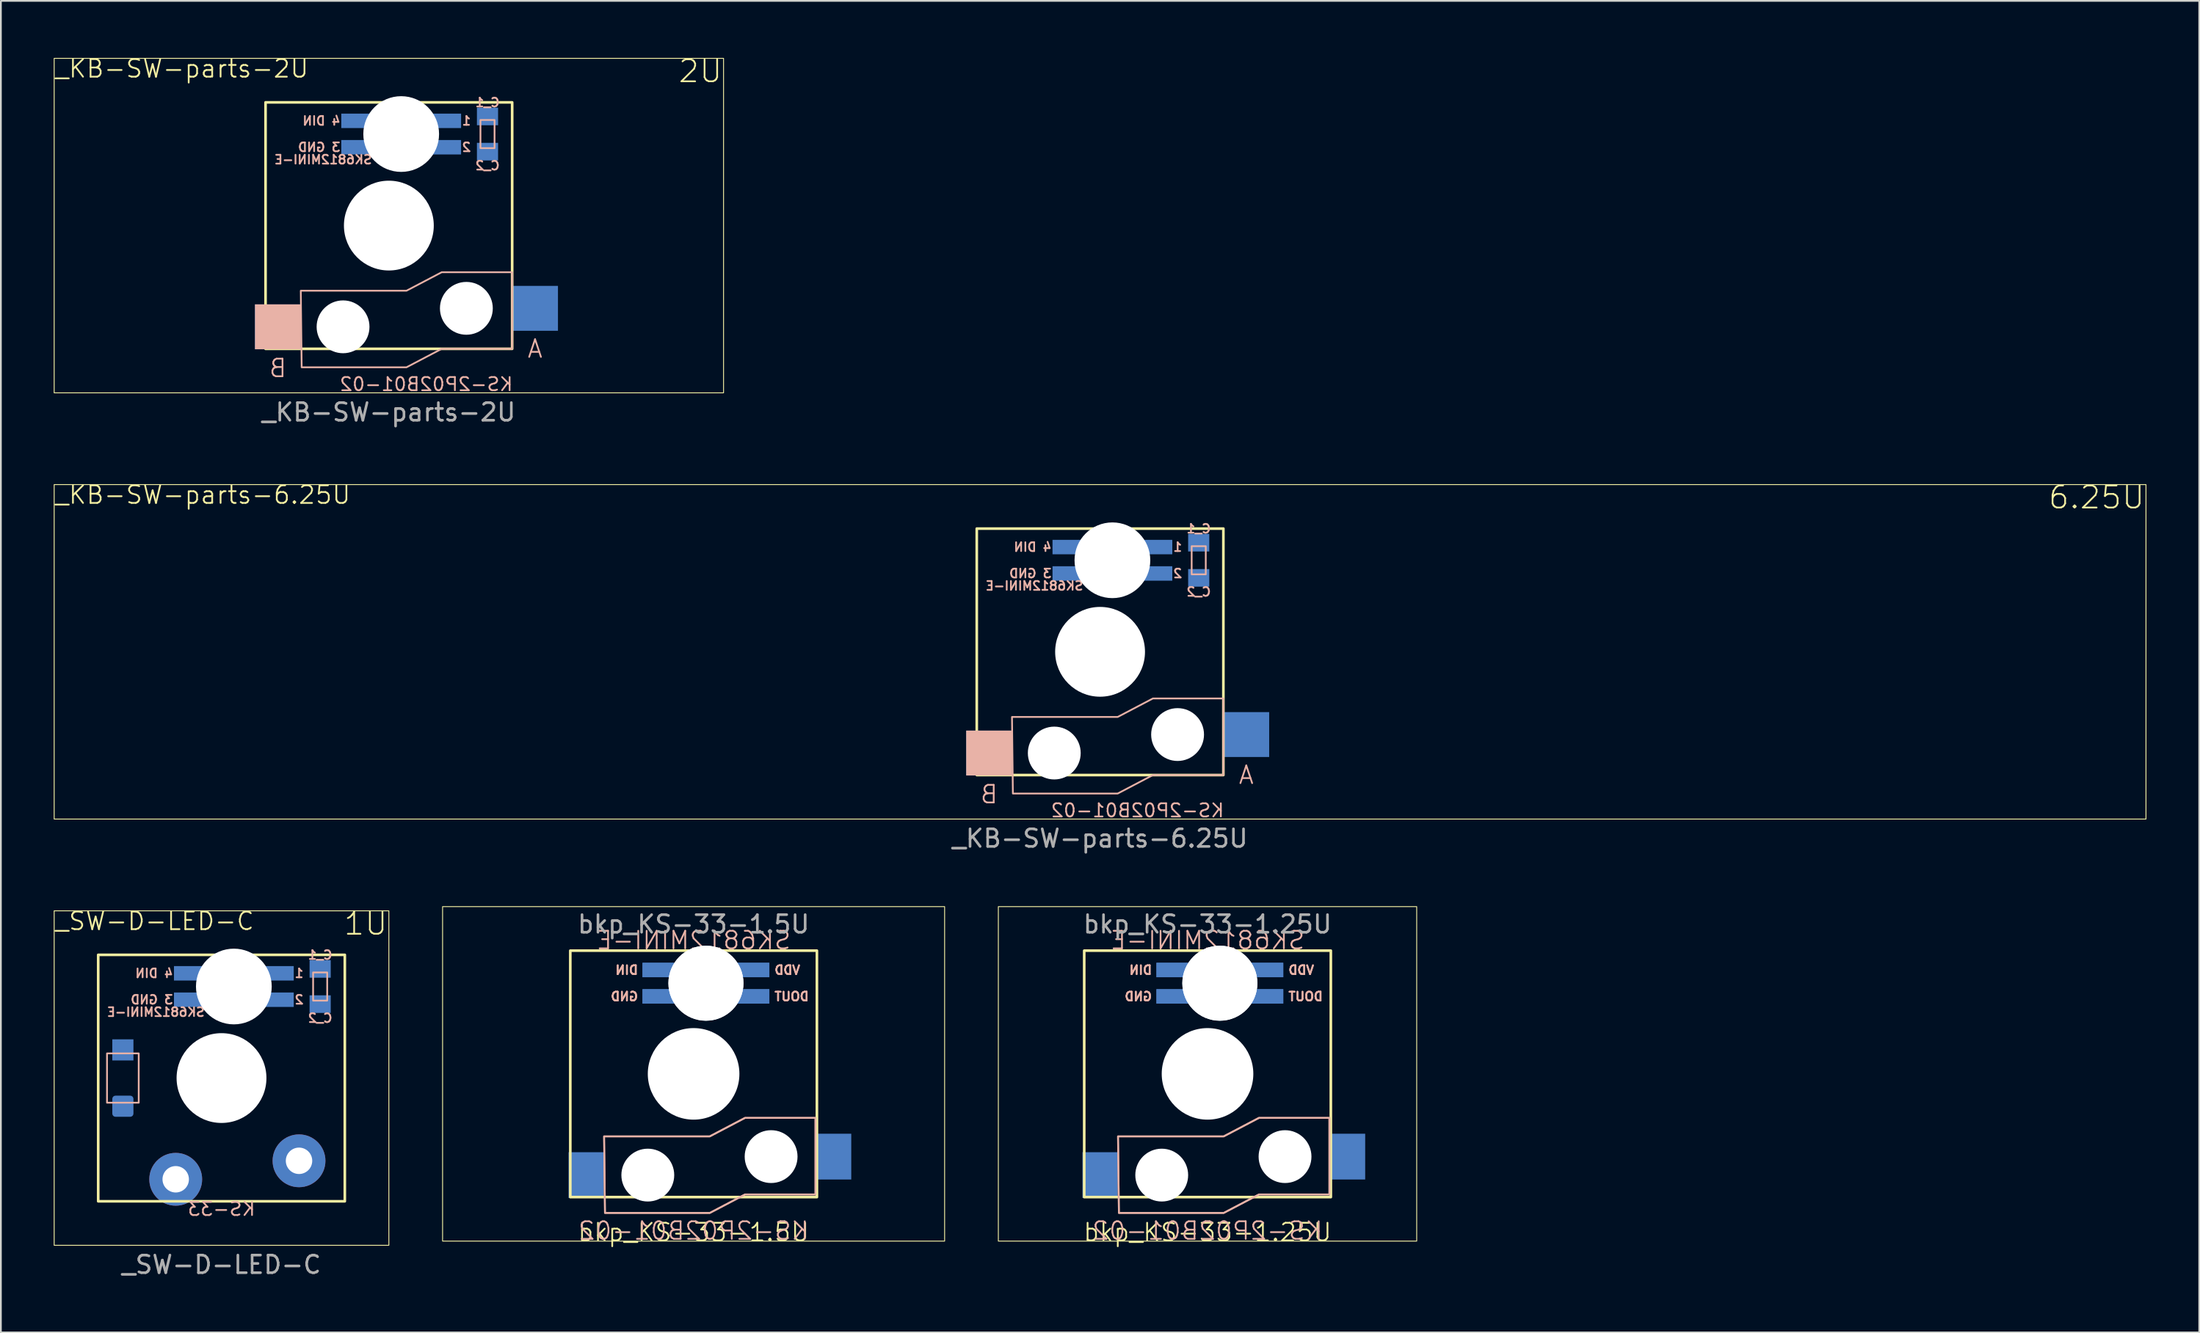
<source format=kicad_pcb>
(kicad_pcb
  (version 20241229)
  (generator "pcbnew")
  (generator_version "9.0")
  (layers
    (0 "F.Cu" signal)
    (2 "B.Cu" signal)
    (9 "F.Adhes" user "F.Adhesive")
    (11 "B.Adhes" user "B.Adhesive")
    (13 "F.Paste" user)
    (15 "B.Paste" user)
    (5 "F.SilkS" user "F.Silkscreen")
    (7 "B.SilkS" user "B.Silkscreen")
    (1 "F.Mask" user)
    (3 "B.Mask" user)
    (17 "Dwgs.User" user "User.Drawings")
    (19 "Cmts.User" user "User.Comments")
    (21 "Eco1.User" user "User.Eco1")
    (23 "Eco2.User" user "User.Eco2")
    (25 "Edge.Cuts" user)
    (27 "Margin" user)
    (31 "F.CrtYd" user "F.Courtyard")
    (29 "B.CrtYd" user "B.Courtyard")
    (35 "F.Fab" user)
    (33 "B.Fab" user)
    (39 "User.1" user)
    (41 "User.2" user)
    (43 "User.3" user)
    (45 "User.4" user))
  (footprint "bkp_KS-33-1.25U"
    (layer "F.Cu")
    (at 65.5 57.949)
    (property "Reference" "bkp_KS-33-1.25U" (at 0 9 0) (unlocked yes) (layer "F.SilkS") (effects (font (size 1 1) (thickness 0.1))))
    (attr through_hole)
    (fp_rect (start -11.875 -9.5) (end 11.875 9.5) (stroke (width 0.05) (type solid)) (fill no) (layer "F.SilkS"))
    (fp_rect (start -7 -7) (end 7 7) (stroke (width 0.15) (type solid)) (fill no) (layer "F.SilkS"))
    (fp_poly (pts (xy -5.081 3.55) (xy -5.031 7.9) (xy 0.919 7.9) (xy 2.919 6.85) (xy 6.919 6.85) (xy 6.919 2.5) (xy 2.919 2.5) (xy 0.919 3.55)) (stroke (width 0.1) (type solid)) (fill no) (layer "B.SilkS"))
    (fp_poly (pts (xy -5.081 3.55) (xy -5.031 7.9) (xy 0.919 7.9) (xy 2.919 6.85) (xy 6.919 6.85) (xy 6.919 2.5) (xy 2.919 2.5) (xy 0.919 3.55)) (stroke (width 0.1) (type solid)) (fill no) (layer "B.SilkS"))
    (fp_text user "DIN" (at -3.1 -5.6 0) (unlocked yes) (layer "B.SilkS") (effects (font (size 0.5 0.5) (thickness 0.1)) (justify left bottom mirror)))
    (fp_text user "DIN" (at -3.1 -5.6 0) (unlocked yes) (layer "B.SilkS") (effects (font (size 0.5 0.5) (thickness 0.1)) (justify left bottom mirror)))
    (fp_text user "KS-2P02B01-02" (at 0 9.5 0) (unlocked yes) (layer "B.SilkS") (effects (font (size 1 1) (thickness 0.1)) (justify bottom mirror)))
    (fp_text user "VDD" (at 6.1 -5.6 0) (unlocked yes) (layer "B.SilkS") (effects (font (size 0.5 0.5) (thickness 0.1)) (justify left bottom mirror)))
    (fp_text user "DOUT" (at 6.6 -4.1 0) (unlocked yes) (layer "B.SilkS") (effects (font (size 0.5 0.5) (thickness 0.1)) (justify left bottom mirror)))
    (fp_text user "DOUT" (at 6.6 -4.1 0) (unlocked yes) (layer "B.SilkS") (effects (font (size 0.5 0.5) (thickness 0.1)) (justify left bottom mirror)))
    (fp_text user "GND" (at -3.1 -4.1 0) (unlocked yes) (layer "B.SilkS") (effects (font (size 0.5 0.5) (thickness 0.1)) (justify left bottom mirror)))
    (fp_text user "VDD" (at 6.1 -5.6 0) (unlocked yes) (layer "B.SilkS") (effects (font (size 0.5 0.5) (thickness 0.1)) (justify left bottom mirror)))
    (fp_text user "SK6812MINI-E" (at 0 -7 0) (unlocked yes) (layer "B.SilkS") (effects (font (size 1 1) (thickness 0.1)) (justify bottom mirror)))
    (fp_text user "GND" (at -3.1 -4.1 0) (unlocked yes) (layer "B.SilkS") (effects (font (size 0.5 0.5) (thickness 0.1)) (justify left bottom mirror)))
    (fp_text user "${REFERENCE}" (at 0 -8.5 0) (unlocked yes) (layer "F.Fab") (effects (font (size 1 1) (thickness 0.15))))
    (pad "" np_thru_hole circle (at -2.6 5.75) (size 3 3) (drill 3) (layers "*.Cu" "*.Mask"))
    (pad "" np_thru_hole circle (at 0 0) (size 5.2 5.2) (drill 5.25) (layers "*.Cu" "*.Mask"))
    (pad "" np_thru_hole circle (at 0.7 -5.15) (size 4.26 4.26) (drill 4.26) (layers "*.Cu" "*.Mask"))
    (pad "" np_thru_hole circle (at 0.7 -5.15) (size 4.26 4.26) (drill 4.26) (layers "*.Cu" "*.Mask"))
    (pad "" np_thru_hole circle (at 4.4 4.7) (size 3 3) (drill 3) (layers "*.Cu" "*.Mask"))
    (pad "1" smd rect (at 3.4 -5.9) (size 1.8 0.82) (layers "B.Cu" "B.Mask" "B.Paste"))
    (pad "1" smd rect (at 3.4 -5.9) (size 1.8 0.82) (layers "B.Cu" "B.Mask" "B.Paste"))
    (pad "2" smd rect (at 3.4 -4.4) (size 1.8 0.82) (layers "B.Cu" "B.Mask" "B.Paste"))
    (pad "2" smd rect (at 3.4 -4.4) (size 1.8 0.82) (layers "B.Cu" "B.Mask" "B.Paste"))
    (pad "3" smd rect (at -2 -4.4) (size 1.8 0.82) (layers "B.Cu" "B.Mask" "B.Paste"))
    (pad "3" smd rect (at -2 -4.4) (size 1.8 0.82) (layers "B.Cu" "B.Mask" "B.Paste"))
    (pad "4" smd rect (at -2 -5.9) (size 1.8 0.82) (layers "B.Cu" "B.Mask" "B.Paste"))
    (pad "4" smd rect (at -2 -5.9) (size 1.8 0.82) (layers "B.Cu" "B.Mask" "B.Paste"))
    (pad "A" smd rect (at 7.95 4.7) (size 2 2.6) (layers "B.Cu" "B.Mask" "B.Paste"))
    (pad "B" smd rect (at -6.1 5.75) (size 2 2.6) (layers "B.Cu" "B.Mask" "B.Paste")))
  (footprint "_KB-SW-parts-2U"
    (layer "F.Cu")
    (at 19.025 9.764)
    (property "Reference" "_KB-SW-parts-2U" (at -19 -9.5 0) (unlocked yes) (layer "F.SilkS") (effects (font (size 1 1) (thickness 0.1)) (justify left top)))
    (attr smd)
    (fp_rect (start -19 -9.5) (end 19 9.5) (stroke (width 0.05) (type solid)) (fill no) (layer "F.SilkS"))
    (fp_rect (start -7 -7) (end 7 7) (stroke (width 0.15) (type solid)) (fill no) (layer "F.SilkS"))
    (fp_rect (start 6 -6) (end 5.2 -4.4) (stroke (width 0.1) (type solid)) (fill no) (layer "B.SilkS"))
    (fp_poly (pts (xy -5 3.7) (xy -4.95 8.05) (xy 1 8.05) (xy 3 7) (xy 7 7) (xy 7 2.65) (xy 3 2.65) (xy 1 3.7)) (stroke (width 0.1) (type solid)) (fill no) (layer "B.SilkS"))
    (fp_text user "2U" (at 19 -9.5 0) (unlocked yes) (layer "F.SilkS") (effects (font (size 1.25 1.25) (thickness 0.1)) (justify right top)))
    (fp_text user "3 GND" (at -2.7 -4.45 0) (unlocked yes) (layer "B.SilkS") (effects (font (size 0.5 0.5) (thickness 0.1)) (justify left mirror)))
    (fp_text user "4 DIN" (at -2.7 -5.95 0) (unlocked yes) (layer "B.SilkS") (effects (font (size 0.5 0.5) (thickness 0.1)) (justify left mirror)))
    (fp_text user "KS-2P02B01-02" (at 7.1 9.45 0) (unlocked yes) (layer "B.SilkS") (effects (font (size 0.75 0.75) (thickness 0.1)) (justify left bottom mirror)))
    (fp_text user "2" (at 4.1 -4.45 0) (unlocked yes) (layer "B.SilkS") (effects (font (size 0.5 0.5) (thickness 0.1)) (justify right mirror)))
    (fp_text user "B" (at -6.3 8.1 0) (unlocked yes) (layer "B.SilkS") (effects (font (size 1 1) (thickness 0.1)) (justify mirror)))
    (fp_text user "SK6812MINI-E" (at -0.9 -4.04 0) (unlocked yes) (layer "B.SilkS") (effects (font (size 0.5 0.5) (thickness 0.1)) (justify left top mirror)))
    (fp_text user "1" (at 4.1 -5.95 0) (unlocked yes) (layer "B.SilkS") (effects (font (size 0.5 0.5) (thickness 0.1)) (justify right mirror)))
    (fp_text user "C_2" (at 5.6 -3.7 0) (unlocked yes) (layer "B.SilkS") (effects (font (size 0.5 0.5) (thickness 0.1)) (justify top mirror)))
    (fp_text user "C_1" (at 5.6 -6.7 0) (unlocked yes) (layer "B.SilkS") (effects (font (size 0.5 0.5) (thickness 0.1)) (justify bottom mirror)))
    (fp_text user "A" (at 8.3 7 0) (unlocked yes) (layer "B.SilkS") (effects (font (size 1 1) (thickness 0.1)) (justify mirror)))
    (fp_text user "${REFERENCE}" (at 0 10.6 0) (unlocked yes) (layer "F.Fab") (effects (font (size 1 1) (thickness 0.15))))
    (pad "" np_thru_hole circle (at -2.6 5.75) (size 3 3) (drill 3) (layers "*.Cu" "*.Mask"))
    (pad "" np_thru_hole circle (at 0 0) (size 5.1 5.1) (drill 5.25) (layers "*.Cu" "*.Mask"))
    (pad "" np_thru_hole circle (at 0.7 -5.2) (size 4.3 4.3) (drill 4.3) (layers "*.Cu" "*.Mask"))
    (pad "" np_thru_hole circle (at 4.4 4.7) (size 3 3) (drill 3) (layers "*.Cu" "*.Mask"))
    (pad "1" smd rect (at 3.2 -5.95) (size 1.8 0.82) (layers "B.Cu" "B.Mask" "B.Paste"))
    (pad "2" smd rect (at 3.2 -4.45) (size 1.8 0.82) (layers "B.Cu" "B.Mask" "B.Paste"))
    (pad "3" smd rect (at -1.8 -4.45) (size 1.8 0.82) (layers "B.Cu" "B.Mask" "B.Paste"))
    (pad "4" smd rect (at -1.8 -5.95) (size 1.8 0.82) (layers "B.Cu" "B.Mask" "B.Paste"))
    (pad "A" smd rect (at 8.3 4.7) (size 2.6 2.55) (layers "B.Cu" "B.Mask" "B.Paste"))
    (pad "B" smd rect (at -6.3 5.75) (size 2.6 2.55) (layers "B.Cu" "B.Mask" "B.SilkS" "B.Paste"))
    (pad "C_1" smd rect (at 5.6 -6.2) (size 1.2 1) (layers "B.Cu" "B.Mask" "B.Paste"))
    (pad "C_2" smd rect (at 5.6 -4.2) (size 1.2 1) (layers "B.Cu" "B.Mask" "B.Paste")))
  (footprint "_SW-D-LED-C"
    (layer "F.Cu")
    (at 9.525 58.187)
    (property "Reference" "_SW-D-LED-C" (at -9.5 -9.5 0) (unlocked yes) (layer "F.SilkS") (effects (font (size 1 1) (thickness 0.1)) (justify left top)))
    (attr smd)
    (fp_rect (start -9.5 -9.5) (end 9.5 9.5) (stroke (width 0.05) (type solid)) (fill no) (layer "F.SilkS"))
    (fp_rect (start -7 -7) (end 7 7) (stroke (width 0.15) (type solid)) (fill no) (layer "F.SilkS"))
    (fp_rect (start -4.7 -1.4) (end -6.5 1.4) (stroke (width 0.1) (type solid)) (fill no) (layer "B.SilkS"))
    (fp_rect (start 6 -6) (end 5.2 -4.4) (stroke (width 0.1) (type solid)) (fill no) (layer "B.SilkS"))
    (fp_text user "1U" (at 9.5 -9.5 0) (unlocked yes) (layer "F.SilkS") (effects (font (size 1.25 1.25) (thickness 0.1)) (justify right top)))
    (fp_text user "C_1" (at 5.6 -6.7 0) (unlocked yes) (layer "B.SilkS") (effects (font (size 0.5 0.5) (thickness 0.1)) (justify bottom mirror)))
    (fp_text user "4 DIN" (at -2.7 -5.95 0) (unlocked yes) (layer "B.SilkS") (effects (font (size 0.5 0.5) (thickness 0.1)) (justify left mirror)))
    (fp_text user "C_2" (at 5.6 -3.7 0) (unlocked yes) (layer "B.SilkS") (effects (font (size 0.5 0.5) (thickness 0.1)) (justify top mirror)))
    (fp_text user "3 GND" (at -2.7 -4.45 0) (unlocked yes) (layer "B.SilkS") (effects (font (size 0.5 0.5) (thickness 0.1)) (justify left mirror)))
    (fp_text user "1" (at 4.1 -5.95 0) (unlocked yes) (layer "B.SilkS") (effects (font (size 0.5 0.5) (thickness 0.1)) (justify right mirror)))
    (fp_text user "KS-33" (at 0 7 0) (unlocked yes) (layer "B.SilkS") (effects (font (size 0.75 0.75) (thickness 0.1)) (justify top mirror)))
    (fp_text user "2" (at 4.1 -4.45 0) (unlocked yes) (layer "B.SilkS") (effects (font (size 0.5 0.5) (thickness 0.1)) (justify right mirror)))
    (fp_text user "SK6812MINI-E" (at -0.9 -4.04 0) (unlocked yes) (layer "B.SilkS") (effects (font (size 0.5 0.5) (thickness 0.1)) (justify left top mirror)))
    (fp_text user "${REFERENCE}" (at 0 10.6 0) (unlocked yes) (layer "F.Fab") (effects (font (size 1 1) (thickness 0.15))))
    (pad "" np_thru_hole circle (at 0 0) (size 5.1 5.1) (drill 5.25) (layers "*.Cu" "*.Mask"))
    (pad "" np_thru_hole circle (at 0.7 -5.2) (size 4.3 4.3) (drill 4.3) (layers "*.Cu" "*.Mask"))
    (pad "1" smd rect (at 3.2 -5.95) (size 1.8 0.82) (layers "B.Cu" "B.Mask" "B.Paste"))
    (pad "2" smd rect (at 3.2 -4.45) (size 1.8 0.82) (layers "B.Cu" "B.Mask" "B.Paste"))
    (pad "3" smd rect (at -1.8 -4.45) (size 1.8 0.82) (layers "B.Cu" "B.Mask" "B.Paste"))
    (pad "4" smd rect (at -1.8 -5.95) (size 1.8 0.82) (layers "B.Cu" "B.Mask" "B.Paste"))
    (pad "5" smd roundrect (at -5.6 1.6 270) (size 1.2 1.2) (layers "B.Cu" "B.Mask" "B.Paste") (roundrect_rratio 0.15))
    (pad "6" smd rect (at -5.6 -1.6 270) (size 1.2 1.2) (layers "B.Cu" "B.Mask" "B.Paste"))
    (pad "A" thru_hole circle (at 4.4 4.7) (size 3 3) (drill 1.5) (layers "*.Cu" "*.Mask"))
    (pad "B" thru_hole circle (at -2.6 5.75) (size 3 3) (drill 1.5) (layers "*.Cu" "*.Mask"))
    (pad "C_1" smd rect (at 5.6 -6.2) (size 1.2 1) (layers "B.Cu" "B.Mask" "B.Paste"))
    (pad "C_2" smd rect (at 5.6 -4.2) (size 1.2 1) (layers "B.Cu" "B.Mask" "B.Paste")))
  (footprint "_KB-SW-parts-6.25U"
    (layer "F.Cu")
    (at 59.4 33.975)
    (property "Reference" "_KB-SW-parts-6.25U" (at -59.375 -9.5 0) (unlocked yes) (layer "F.SilkS") (effects (font (size 1 1) (thickness 0.1)) (justify left top)))
    (attr smd)
    (fp_rect (start -59.375 -9.5) (end 59.375 9.5) (stroke (width 0.05) (type solid)) (fill no) (layer "F.SilkS"))
    (fp_rect (start -7 -7) (end 7 7) (stroke (width 0.15) (type solid)) (fill no) (layer "F.SilkS"))
    (fp_rect (start 6 -6) (end 5.2 -4.4) (stroke (width 0.1) (type solid)) (fill no) (layer "B.SilkS"))
    (fp_poly (pts (xy -5 3.7) (xy -4.95 8.05) (xy 1 8.05) (xy 3 7) (xy 7 7) (xy 7 2.65) (xy 3 2.65) (xy 1 3.7)) (stroke (width 0.1) (type solid)) (fill no) (layer "B.SilkS"))
    (fp_text user "6.25U" (at 59.375 -9.5 0) (unlocked yes) (layer "F.SilkS") (effects (font (size 1.25 1.25) (thickness 0.1)) (justify right top)))
    (fp_text user "B" (at -6.3 8.1 0) (unlocked yes) (layer "B.SilkS") (effects (font (size 1 1) (thickness 0.1)) (justify mirror)))
    (fp_text user "C_1" (at 5.6 -6.7 0) (unlocked yes) (layer "B.SilkS") (effects (font (size 0.5 0.5) (thickness 0.1)) (justify bottom mirror)))
    (fp_text user "SK6812MINI-E" (at -0.9 -4.04 0) (unlocked yes) (layer "B.SilkS") (effects (font (size 0.5 0.5) (thickness 0.1)) (justify left top mirror)))
    (fp_text user "KS-2P02B01-02" (at 7.1 9.45 0) (unlocked yes) (layer "B.SilkS") (effects (font (size 0.75 0.75) (thickness 0.1)) (justify left bottom mirror)))
    (fp_text user "3 GND" (at -2.7 -4.45 0) (unlocked yes) (layer "B.SilkS") (effects (font (size 0.5 0.5) (thickness 0.1)) (justify left mirror)))
    (fp_text user "2" (at 4.1 -4.45 0) (unlocked yes) (layer "B.SilkS") (effects (font (size 0.5 0.5) (thickness 0.1)) (justify right mirror)))
    (fp_text user "1" (at 4.1 -5.95 0) (unlocked yes) (layer "B.SilkS") (effects (font (size 0.5 0.5) (thickness 0.1)) (justify right mirror)))
    (fp_text user "A" (at 8.3 7 0) (unlocked yes) (layer "B.SilkS") (effects (font (size 1 1) (thickness 0.1)) (justify mirror)))
    (fp_text user "C_2" (at 5.6 -3.7 0) (unlocked yes) (layer "B.SilkS") (effects (font (size 0.5 0.5) (thickness 0.1)) (justify top mirror)))
    (fp_text user "4 DIN" (at -2.7 -5.95 0) (unlocked yes) (layer "B.SilkS") (effects (font (size 0.5 0.5) (thickness 0.1)) (justify left mirror)))
    (fp_text user "${REFERENCE}" (at 0 10.6 0) (unlocked yes) (layer "F.Fab") (effects (font (size 1 1) (thickness 0.15))))
    (pad "" np_thru_hole circle (at -2.6 5.75) (size 3 3) (drill 3) (layers "*.Cu" "*.Mask"))
    (pad "" np_thru_hole circle (at 0 0) (size 5.1 5.1) (drill 5.25) (layers "*.Cu" "*.Mask"))
    (pad "" np_thru_hole circle (at 0.7 -5.2) (size 4.3 4.3) (drill 4.3) (layers "*.Cu" "*.Mask"))
    (pad "" np_thru_hole circle (at 4.4 4.7) (size 3 3) (drill 3) (layers "*.Cu" "*.Mask"))
    (pad "1" smd rect (at 3.2 -5.95) (size 1.8 0.82) (layers "B.Cu" "B.Mask" "B.Paste"))
    (pad "2" smd rect (at 3.2 -4.45) (size 1.8 0.82) (layers "B.Cu" "B.Mask" "B.Paste"))
    (pad "3" smd rect (at -1.8 -4.45) (size 1.8 0.82) (layers "B.Cu" "B.Mask" "B.Paste"))
    (pad "4" smd rect (at -1.8 -5.95) (size 1.8 0.82) (layers "B.Cu" "B.Mask" "B.Paste"))
    (pad "A" smd rect (at 8.3 4.7) (size 2.6 2.55) (layers "B.Cu" "B.Mask" "B.Paste"))
    (pad "B" smd rect (at -6.3 5.75) (size 2.6 2.55) (layers "B.Cu" "B.Mask" "B.SilkS" "B.Paste"))
    (pad "C_1" smd rect (at 5.6 -6.2) (size 1.2 1) (layers "B.Cu" "B.Mask" "B.Paste"))
    (pad "C_2" smd rect (at 5.6 -4.2) (size 1.2 1) (layers "B.Cu" "B.Mask" "B.Paste")))
  (footprint "bkp_KS-33-1.5U"
    (layer "F.Cu")
    (at 36.325 57.949)
    (property "Reference" "bkp_KS-33-1.5U" (at 0 9 0) (unlocked yes) (layer "F.SilkS") (effects (font (size 1 1) (thickness 0.1))))
    (attr smd)
    (fp_rect (start -14.25 -9.5) (end 14.25 9.5) (stroke (width 0.05) (type solid)) (fill no) (layer "F.SilkS"))
    (fp_rect (start -7 -7) (end 7 7) (stroke (width 0.15) (type solid)) (fill no) (layer "F.SilkS"))
    (fp_poly (pts (xy -5.081 3.55) (xy -5.031 7.9) (xy 0.919 7.9) (xy 2.919 6.85) (xy 6.919 6.85) (xy 6.919 2.5) (xy 2.919 2.5) (xy 0.919 3.55)) (stroke (width 0.1) (type solid)) (fill no) (layer "B.SilkS"))
    (fp_poly (pts (xy -5.081 3.55) (xy -5.031 7.9) (xy 0.919 7.9) (xy 2.919 6.85) (xy 6.919 6.85) (xy 6.919 2.5) (xy 2.919 2.5) (xy 0.919 3.55)) (stroke (width 0.1) (type solid)) (fill no) (layer "B.SilkS"))
    (fp_text user "VDD" (at 6.1 -5.6 0) (unlocked yes) (layer "B.SilkS") (effects (font (size 0.5 0.5) (thickness 0.1)) (justify left bottom mirror)))
    (fp_text user "SK6812MINI-E" (at 0 -7 0) (unlocked yes) (layer "B.SilkS") (effects (font (size 1 1) (thickness 0.1)) (justify bottom mirror)))
    (fp_text user "GND" (at -3.1 -4.1 0) (unlocked yes) (layer "B.SilkS") (effects (font (size 0.5 0.5) (thickness 0.1)) (justify left bottom mirror)))
    (fp_text user "GND" (at -3.1 -4.1 0) (unlocked yes) (layer "B.SilkS") (effects (font (size 0.5 0.5) (thickness 0.1)) (justify left bottom mirror)))
    (fp_text user "DIN" (at -3.1 -5.6 0) (unlocked yes) (layer "B.SilkS") (effects (font (size 0.5 0.5) (thickness 0.1)) (justify left bottom mirror)))
    (fp_text user "DIN" (at -3.1 -5.6 0) (unlocked yes) (layer "B.SilkS") (effects (font (size 0.5 0.5) (thickness 0.1)) (justify left bottom mirror)))
    (fp_text user "DOUT" (at 6.6 -4.1 0) (unlocked yes) (layer "B.SilkS") (effects (font (size 0.5 0.5) (thickness 0.1)) (justify left bottom mirror)))
    (fp_text user "VDD" (at 6.1 -5.6 0) (unlocked yes) (layer "B.SilkS") (effects (font (size 0.5 0.5) (thickness 0.1)) (justify left bottom mirror)))
    (fp_text user "KS-2P02B01-02" (at 0 9.5 0) (unlocked yes) (layer "B.SilkS") (effects (font (size 1 1) (thickness 0.1)) (justify bottom mirror)))
    (fp_text user "DOUT" (at 6.6 -4.1 0) (unlocked yes) (layer "B.SilkS") (effects (font (size 0.5 0.5) (thickness 0.1)) (justify left bottom mirror)))
    (fp_text user "${REFERENCE}" (at 0 -8.5 0) (unlocked yes) (layer "F.Fab") (effects (font (size 1 1) (thickness 0.15))))
    (pad "" np_thru_hole circle (at -2.6 5.75) (size 3 3) (drill 3) (layers "*.Cu" "*.Mask"))
    (pad "" np_thru_hole circle (at 0 0) (size 5.2 5.2) (drill 5.25) (layers "*.Cu" "*.Mask"))
    (pad "" np_thru_hole circle (at 0.7 -5.15) (size 4.26 4.26) (drill 4.26) (layers "*.Cu" "*.Mask"))
    (pad "" np_thru_hole circle (at 0.7 -5.15) (size 4.26 4.26) (drill 4.26) (layers "*.Cu" "*.Mask"))
    (pad "" np_thru_hole circle (at 4.4 4.7) (size 3 3) (drill 3) (layers "*.Cu" "*.Mask"))
    (pad "1" smd rect (at 3.4 -5.9) (size 1.8 0.82) (layers "B.Cu" "B.Mask" "B.Paste"))
    (pad "1" smd rect (at 3.4 -5.9) (size 1.8 0.82) (layers "B.Cu" "B.Mask" "B.Paste"))
    (pad "2" smd rect (at 3.4 -4.4) (size 1.8 0.82) (layers "B.Cu" "B.Mask" "B.Paste"))
    (pad "2" smd rect (at 3.4 -4.4) (size 1.8 0.82) (layers "B.Cu" "B.Mask" "B.Paste"))
    (pad "3" smd rect (at -2 -4.4) (size 1.8 0.82) (layers "B.Cu" "B.Mask" "B.Paste"))
    (pad "3" smd rect (at -2 -4.4) (size 1.8 0.82) (layers "B.Cu" "B.Mask" "B.Paste"))
    (pad "4" smd rect (at -2 -5.9) (size 1.8 0.82) (layers "B.Cu" "B.Mask" "B.Paste"))
    (pad "4" smd rect (at -2 -5.9) (size 1.8 0.82) (layers "B.Cu" "B.Mask" "B.Paste"))
    (pad "A" smd rect (at 7.95 4.7) (size 2 2.6) (layers "B.Cu" "B.Mask" "B.Paste"))
    (pad "B" smd rect (at -6.1 5.75) (size 2 2.6) (layers "B.Cu" "B.Mask" "B.Paste")))
  (gr_rect
    (start -3 -3)
    (end 121.8 72.635)
    (stroke (width 0.1) (type default))
    (fill no)
    (layer "Edge.Cuts")))
</source>
